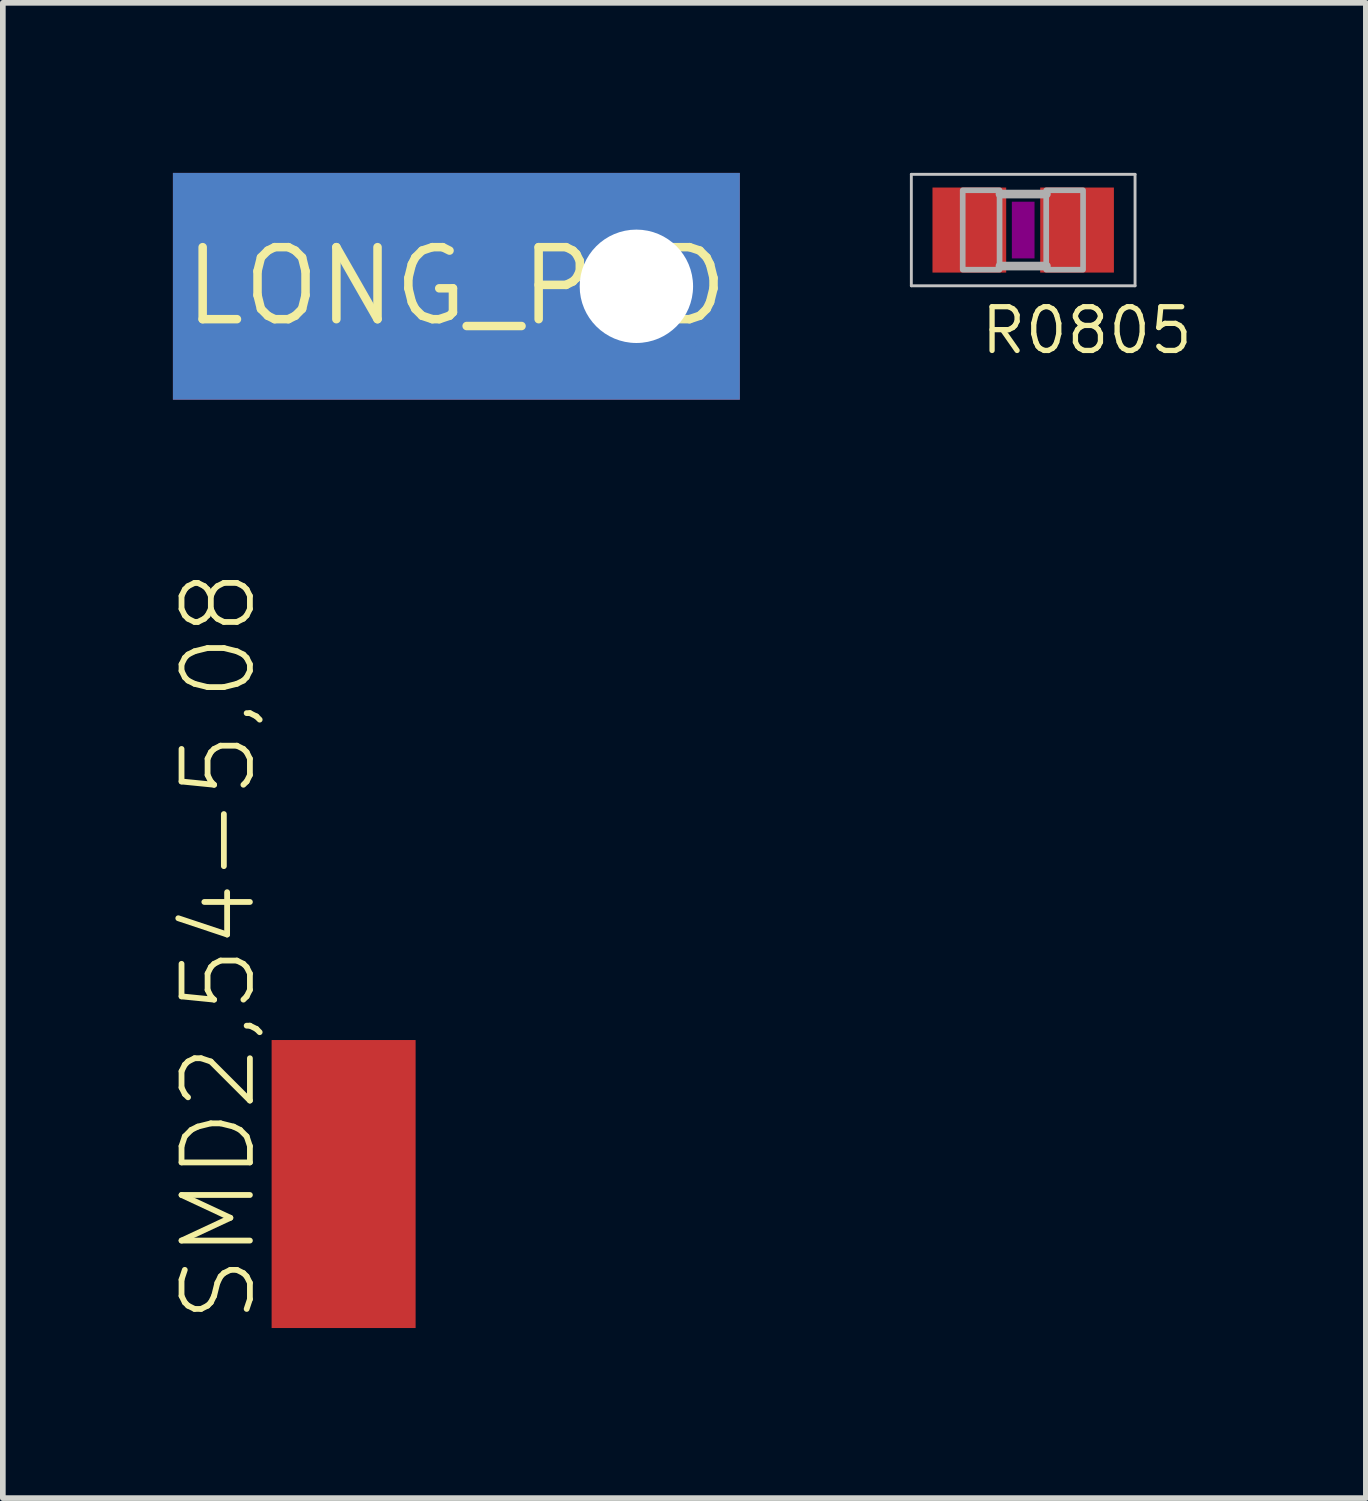
<source format=kicad_pcb>
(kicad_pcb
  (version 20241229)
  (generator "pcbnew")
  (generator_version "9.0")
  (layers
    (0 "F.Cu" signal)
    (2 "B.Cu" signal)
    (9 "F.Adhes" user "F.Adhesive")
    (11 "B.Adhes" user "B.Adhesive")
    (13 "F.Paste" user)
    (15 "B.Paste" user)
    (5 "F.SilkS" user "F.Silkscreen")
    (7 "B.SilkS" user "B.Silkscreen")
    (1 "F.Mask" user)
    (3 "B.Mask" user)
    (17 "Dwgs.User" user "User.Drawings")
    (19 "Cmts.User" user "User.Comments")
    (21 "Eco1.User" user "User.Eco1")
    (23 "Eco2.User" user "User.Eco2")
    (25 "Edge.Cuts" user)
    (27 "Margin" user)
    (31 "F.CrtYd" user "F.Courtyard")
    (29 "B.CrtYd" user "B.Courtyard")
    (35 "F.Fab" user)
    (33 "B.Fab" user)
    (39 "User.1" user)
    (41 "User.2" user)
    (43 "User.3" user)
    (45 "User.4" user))
  (footprint "LONG_PAD"
    (layer "F.Cu")
    (at 5 2)
    (property "Reference" "LONG_PAD" (at 0 0 0) (layer "F.SilkS") (effects (font (size 1.27 1.27) (thickness 0.15))))
    (attr through_hole)
    (pad "P$1" smd rect (at 0 0 180) (size 10 4) (layers "B.Cu" "B.Mask" "B.Paste"))
    (pad "P$2" smd rect (at 0 0) (size 10 4) (layers "F.Cu" "F.Mask" "F.Paste"))
    (pad "P$3" thru_hole circle (at 3.175 0 180) (size 3 3) (drill 2) (layers "*.Cu" "*.Mask")))
  (footprint "SMD2,54-5,08"
    (layer "F.Cu")
    (at 3.011 17.835)
    (property "Reference" "SMD2,54-5,08" (at -1.5 2.5 90) (layer "F.SilkS") (effects (font (size 1.206 1.206) (thickness 0.102)) (justify left bottom)))
    (attr through_hole)
    (pad "1" smd rect (at 0 0) (size 2.54 5.08) (layers "F.Cu" "F.Mask" "F.Paste")))
  (footprint "R0805"
    (layer "F.Cu")
    (at 14.998 1.008)
    (property "Reference" "R0805" (at -0.794 2.223 0) (layer "F.SilkS") (effects (font (size 0.772 0.772) (thickness 0.093)) (justify left bottom)))
    (attr through_hole)
    (fp_poly (pts (xy -0.2 0.5) (xy 0.2 0.5) (xy 0.2 -0.5) (xy -0.2 -0.5)) (stroke (width 0) (type solid)) (fill yes) (layer "F.Adhes"))
    (fp_line (start -1.973 -0.983) (end 1.973 -0.983) (stroke (width 0.051) (type solid)) (layer "Dwgs.User"))
    (fp_line (start -1.973 0.983) (end -1.973 -0.983) (stroke (width 0.051) (type solid)) (layer "Dwgs.User"))
    (fp_line (start 1.973 -0.983) (end 1.973 0.983) (stroke (width 0.051) (type solid)) (layer "Dwgs.User"))
    (fp_line (start 1.973 0.983) (end -1.973 0.983) (stroke (width 0.051) (type solid)) (layer "Dwgs.User"))
    (fp_line (start -0.41 -0.635) (end 0.41 -0.635) (stroke (width 0.152) (type solid)) (layer "F.Fab"))
    (fp_line (start -0.41 0.635) (end 0.41 0.635) (stroke (width 0.152) (type solid)) (layer "F.Fab"))
    (fp_poly (pts (xy -1.067 0.699) (xy -0.417 0.699) (xy -0.417 -0.702) (xy -1.067 -0.702)) (stroke (width 0.1) (type solid)) (fill no) (layer "F.Fab"))
    (fp_poly (pts (xy 0.406 0.699) (xy 1.056 0.699) (xy 1.056 -0.702) (xy 0.406 -0.702)) (stroke (width 0.1) (type solid)) (fill no) (layer "F.Fab"))
    (pad "1" smd rect (at -0.95 0) (size 1.3 1.5) (layers "F.Cu" "F.Mask" "F.Paste"))
    (pad "2" smd rect (at 0.95 0) (size 1.3 1.5) (layers "F.Cu" "F.Mask" "F.Paste")))
  (gr_rect
    (start -3 -3)
    (end 21.042 23.375)
    (stroke (width 0.1) (type default))
    (fill no)
    (layer "Edge.Cuts")))
</source>
